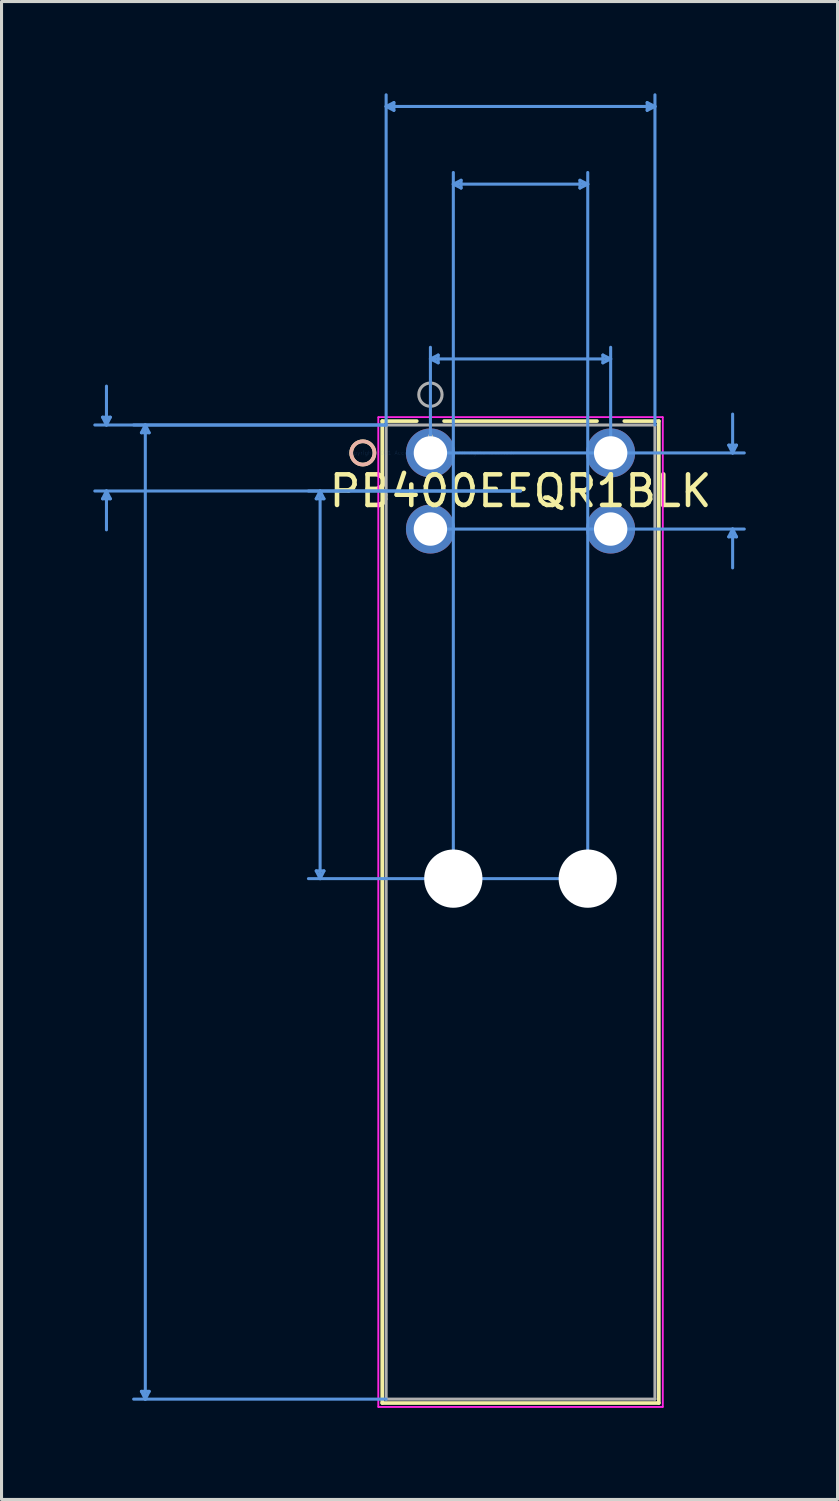
<source format=kicad_pcb>
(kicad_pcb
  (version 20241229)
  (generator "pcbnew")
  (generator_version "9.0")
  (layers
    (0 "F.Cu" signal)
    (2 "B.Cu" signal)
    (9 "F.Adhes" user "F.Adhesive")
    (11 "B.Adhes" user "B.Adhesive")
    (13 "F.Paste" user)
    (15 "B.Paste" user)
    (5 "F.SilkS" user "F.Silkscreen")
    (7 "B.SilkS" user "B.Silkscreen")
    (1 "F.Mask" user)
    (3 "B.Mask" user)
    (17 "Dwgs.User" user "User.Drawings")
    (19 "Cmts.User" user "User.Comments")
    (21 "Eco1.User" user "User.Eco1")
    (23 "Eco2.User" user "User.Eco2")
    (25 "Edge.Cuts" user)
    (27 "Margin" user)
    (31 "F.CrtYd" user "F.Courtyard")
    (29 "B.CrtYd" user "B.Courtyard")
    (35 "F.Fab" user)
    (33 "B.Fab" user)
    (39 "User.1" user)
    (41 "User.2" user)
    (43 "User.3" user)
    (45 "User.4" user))
  (footprint "PB400EEQR1BLK"
    (layer "F.Cu")
    (at 11.023 11.759)
    (property "Reference" "PB400EEQR1BLK" (at 2.946 1.245 0) (layer "F.SilkS") (effects (font (size 1 1) (thickness 0.15))))
    (attr through_hole)
    (fp_line (start -1.575 -1.041) (end -1.575 31.064) (stroke (width 0.12) (type solid)) (layer "F.SilkS"))
    (fp_line (start -1.575 31.064) (end 7.468 31.064) (stroke (width 0.12) (type solid)) (layer "F.SilkS"))
    (fp_line (start -0.446 -1.041) (end -1.575 -1.041) (stroke (width 0.12) (type solid)) (layer "F.SilkS"))
    (fp_line (start 5.447 -1.041) (end 0.446 -1.041) (stroke (width 0.12) (type solid)) (layer "F.SilkS"))
    (fp_line (start 7.468 -1.041) (end 6.339 -1.041) (stroke (width 0.12) (type solid)) (layer "F.SilkS"))
    (fp_line (start 7.468 31.064) (end 7.468 -1.041) (stroke (width 0.12) (type solid)) (layer "F.SilkS"))
    (fp_circle (center -2.21 0) (end -1.829 0) (stroke (width 0.12) (type solid)) (fill no) (layer "F.SilkS"))
    (fp_circle (center -2.21 0) (end -1.829 0) (stroke (width 0.12) (type solid)) (fill no) (layer "B.SilkS"))
    (fp_line (start -10.719 -1.168) (end -10.465 -1.168) (stroke (width 0.1) (type solid)) (layer "Cmts.User"))
    (fp_line (start -10.719 1.499) (end -10.465 1.499) (stroke (width 0.1) (type solid)) (layer "Cmts.User"))
    (fp_line (start -10.592 -0.914) (end -10.719 -1.168) (stroke (width 0.1) (type solid)) (layer "Cmts.User"))
    (fp_line (start -10.592 -0.914) (end -10.592 -2.184) (stroke (width 0.1) (type solid)) (layer "Cmts.User"))
    (fp_line (start -10.592 -0.914) (end -10.465 -1.168) (stroke (width 0.1) (type solid)) (layer "Cmts.User"))
    (fp_line (start -10.592 1.245) (end -10.719 1.499) (stroke (width 0.1) (type solid)) (layer "Cmts.User"))
    (fp_line (start -10.592 1.245) (end -10.592 2.515) (stroke (width 0.1) (type solid)) (layer "Cmts.User"))
    (fp_line (start -10.592 1.245) (end -10.465 1.499) (stroke (width 0.1) (type solid)) (layer "Cmts.User"))
    (fp_line (start -9.449 -0.66) (end -9.195 -0.66) (stroke (width 0.1) (type solid)) (layer "Cmts.User"))
    (fp_line (start -9.449 30.683) (end -9.195 30.683) (stroke (width 0.1) (type solid)) (layer "Cmts.User"))
    (fp_line (start -9.322 -0.914) (end -9.449 -0.66) (stroke (width 0.1) (type solid)) (layer "Cmts.User"))
    (fp_line (start -9.322 -0.914) (end -9.322 30.937) (stroke (width 0.1) (type solid)) (layer "Cmts.User"))
    (fp_line (start -9.322 -0.914) (end -9.195 -0.66) (stroke (width 0.1) (type solid)) (layer "Cmts.User"))
    (fp_line (start -9.322 30.937) (end -9.449 30.683) (stroke (width 0.1) (type solid)) (layer "Cmts.User"))
    (fp_line (start -9.322 30.937) (end -9.195 30.683) (stroke (width 0.1) (type solid)) (layer "Cmts.User"))
    (fp_line (start -3.734 1.499) (end -3.48 1.499) (stroke (width 0.1) (type solid)) (layer "Cmts.User"))
    (fp_line (start -3.734 13.665) (end -3.48 13.665) (stroke (width 0.1) (type solid)) (layer "Cmts.User"))
    (fp_line (start -3.607 1.245) (end -3.734 1.499) (stroke (width 0.1) (type solid)) (layer "Cmts.User"))
    (fp_line (start -3.607 1.245) (end -3.607 13.919) (stroke (width 0.1) (type solid)) (layer "Cmts.User"))
    (fp_line (start -3.607 1.245) (end -3.48 1.499) (stroke (width 0.1) (type solid)) (layer "Cmts.User"))
    (fp_line (start -3.607 13.919) (end -3.734 13.665) (stroke (width 0.1) (type solid)) (layer "Cmts.User"))
    (fp_line (start -3.607 13.919) (end -3.48 13.665) (stroke (width 0.1) (type solid)) (layer "Cmts.User"))
    (fp_line (start -1.448 -11.328) (end -1.194 -11.455) (stroke (width 0.1) (type solid)) (layer "Cmts.User"))
    (fp_line (start -1.448 -11.328) (end -1.194 -11.201) (stroke (width 0.1) (type solid)) (layer "Cmts.User"))
    (fp_line (start -1.448 -11.328) (end 7.341 -11.328) (stroke (width 0.1) (type solid)) (layer "Cmts.User"))
    (fp_line (start -1.448 -0.914) (end -10.973 -0.914) (stroke (width 0.1) (type solid)) (layer "Cmts.User"))
    (fp_line (start -1.448 -0.914) (end -9.703 -0.914) (stroke (width 0.1) (type solid)) (layer "Cmts.User"))
    (fp_line (start -1.448 -0.914) (end -1.448 -11.709) (stroke (width 0.1) (type solid)) (layer "Cmts.User"))
    (fp_line (start -1.448 30.937) (end -9.703 30.937) (stroke (width 0.1) (type solid)) (layer "Cmts.User"))
    (fp_line (start -1.194 -11.455) (end -1.194 -11.201) (stroke (width 0.1) (type solid)) (layer "Cmts.User"))
    (fp_line (start 0 -3.073) (end 0.254 -3.2) (stroke (width 0.1) (type solid)) (layer "Cmts.User"))
    (fp_line (start 0 -3.073) (end 0.254 -2.946) (stroke (width 0.1) (type solid)) (layer "Cmts.User"))
    (fp_line (start 0 -3.073) (end 5.893 -3.073) (stroke (width 0.1) (type solid)) (layer "Cmts.User"))
    (fp_line (start 0 0) (end 0 -3.454) (stroke (width 0.1) (type solid)) (layer "Cmts.User"))
    (fp_line (start 0 0) (end 10.262 0) (stroke (width 0.1) (type solid)) (layer "Cmts.User"))
    (fp_line (start 0 2.489) (end 10.262 2.489) (stroke (width 0.1) (type solid)) (layer "Cmts.User"))
    (fp_line (start 0.254 -3.2) (end 0.254 -2.946) (stroke (width 0.1) (type solid)) (layer "Cmts.User"))
    (fp_line (start 0.749 -8.788) (end 1.003 -8.915) (stroke (width 0.1) (type solid)) (layer "Cmts.User"))
    (fp_line (start 0.749 -8.788) (end 1.003 -8.661) (stroke (width 0.1) (type solid)) (layer "Cmts.User"))
    (fp_line (start 0.749 -8.788) (end 5.144 -8.788) (stroke (width 0.1) (type solid)) (layer "Cmts.User"))
    (fp_line (start 0.749 13.919) (end 0.749 -9.169) (stroke (width 0.1) (type solid)) (layer "Cmts.User"))
    (fp_line (start 1.003 -8.915) (end 1.003 -8.661) (stroke (width 0.1) (type solid)) (layer "Cmts.User"))
    (fp_line (start 2.946 1.245) (end -10.973 1.245) (stroke (width 0.1) (type solid)) (layer "Cmts.User"))
    (fp_line (start 2.946 1.245) (end -3.988 1.245) (stroke (width 0.1) (type solid)) (layer "Cmts.User"))
    (fp_line (start 4.889 -8.915) (end 4.889 -8.661) (stroke (width 0.1) (type solid)) (layer "Cmts.User"))
    (fp_line (start 5.144 -8.788) (end 4.889 -8.915) (stroke (width 0.1) (type solid)) (layer "Cmts.User"))
    (fp_line (start 5.144 -8.788) (end 4.889 -8.661) (stroke (width 0.1) (type solid)) (layer "Cmts.User"))
    (fp_line (start 5.144 13.919) (end -3.988 13.919) (stroke (width 0.1) (type solid)) (layer "Cmts.User"))
    (fp_line (start 5.144 13.919) (end 5.144 -9.169) (stroke (width 0.1) (type solid)) (layer "Cmts.User"))
    (fp_line (start 5.639 -3.2) (end 5.639 -2.946) (stroke (width 0.1) (type solid)) (layer "Cmts.User"))
    (fp_line (start 5.893 -3.073) (end 5.639 -3.2) (stroke (width 0.1) (type solid)) (layer "Cmts.User"))
    (fp_line (start 5.893 -3.073) (end 5.639 -2.946) (stroke (width 0.1) (type solid)) (layer "Cmts.User"))
    (fp_line (start 5.893 0) (end 5.893 -3.454) (stroke (width 0.1) (type solid)) (layer "Cmts.User"))
    (fp_line (start 7.087 -11.455) (end 7.087 -11.201) (stroke (width 0.1) (type solid)) (layer "Cmts.User"))
    (fp_line (start 7.341 -11.328) (end 7.087 -11.455) (stroke (width 0.1) (type solid)) (layer "Cmts.User"))
    (fp_line (start 7.341 -11.328) (end 7.087 -11.201) (stroke (width 0.1) (type solid)) (layer "Cmts.User"))
    (fp_line (start 7.341 -0.914) (end 7.341 -11.709) (stroke (width 0.1) (type solid)) (layer "Cmts.User"))
    (fp_line (start 9.754 -0.254) (end 10.008 -0.254) (stroke (width 0.1) (type solid)) (layer "Cmts.User"))
    (fp_line (start 9.754 2.743) (end 10.008 2.743) (stroke (width 0.1) (type solid)) (layer "Cmts.User"))
    (fp_line (start 9.881 0) (end 9.754 -0.254) (stroke (width 0.1) (type solid)) (layer "Cmts.User"))
    (fp_line (start 9.881 0) (end 9.881 -1.27) (stroke (width 0.1) (type solid)) (layer "Cmts.User"))
    (fp_line (start 9.881 0) (end 10.008 -0.254) (stroke (width 0.1) (type solid)) (layer "Cmts.User"))
    (fp_line (start 9.881 2.489) (end 9.754 2.743) (stroke (width 0.1) (type solid)) (layer "Cmts.User"))
    (fp_line (start 9.881 2.489) (end 9.881 3.759) (stroke (width 0.1) (type solid)) (layer "Cmts.User"))
    (fp_line (start 9.881 2.489) (end 10.008 2.743) (stroke (width 0.1) (type solid)) (layer "Cmts.User"))
    (fp_line (start -1.702 -1.168) (end -1.702 31.191) (stroke (width 0.05) (type solid)) (layer "F.CrtYd"))
    (fp_line (start -1.702 -1.168) (end -1.702 31.191) (stroke (width 0.05) (type solid)) (layer "F.CrtYd"))
    (fp_line (start -1.702 31.191) (end 7.595 31.191) (stroke (width 0.05) (type solid)) (layer "F.CrtYd"))
    (fp_line (start -1.702 31.191) (end 7.595 31.191) (stroke (width 0.05) (type solid)) (layer "F.CrtYd"))
    (fp_line (start 7.595 -1.168) (end -1.702 -1.168) (stroke (width 0.05) (type solid)) (layer "F.CrtYd"))
    (fp_line (start 7.595 -1.168) (end -1.702 -1.168) (stroke (width 0.05) (type solid)) (layer "F.CrtYd"))
    (fp_line (start 7.595 31.191) (end 7.595 -1.168) (stroke (width 0.05) (type solid)) (layer "F.CrtYd"))
    (fp_line (start 7.595 31.191) (end 7.595 -1.168) (stroke (width 0.05) (type solid)) (layer "F.CrtYd"))
    (fp_line (start -1.448 -0.914) (end -1.448 30.937) (stroke (width 0.1) (type solid)) (layer "F.Fab"))
    (fp_line (start -1.448 30.937) (end 7.341 30.937) (stroke (width 0.1) (type solid)) (layer "F.Fab"))
    (fp_line (start 7.341 -0.914) (end -1.448 -0.914) (stroke (width 0.1) (type solid)) (layer "F.Fab"))
    (fp_line (start 7.341 30.937) (end 7.341 -0.914) (stroke (width 0.1) (type solid)) (layer "F.Fab"))
    (fp_circle (center 0 -1.905) (end 0.381 -1.905) (stroke (width 0.1) (type solid)) (fill no) (layer "F.Fab"))
    (fp_text user "*" (at 0 0 0) (layer "F.SilkS") (effects (font (size 1 1) (thickness 0.15))))
    (fp_text user "Copyright 2021 Accelerated Designs. All rights reserved." (at 0 0 0) (layer "Cmts.User") (effects (font (size 0.127 0.127) (thickness 0.002))))
    (fp_text user "*" (at 0 0 0) (layer "F.Fab") (effects (font (size 1 1) (thickness 0.15))))
    (pad "" np_thru_hole circle (at 0.749 13.919) (size 1.905 1.905) (drill 1.905) (layers "*.Cu" "*.Mask"))
    (pad "" np_thru_hole circle (at 5.144 13.919) (size 1.905 1.905) (drill 1.905) (layers "*.Cu" "*.Mask"))
    (pad "1" thru_hole circle (at 0 0) (size 1.6 1.6) (drill 1.092) (layers "*.Cu" "*.Mask"))
    (pad "2" thru_hole circle (at 0 2.489) (size 1.6 1.6) (drill 1.092) (layers "*.Cu" "*.Mask"))
    (pad "3" thru_hole circle (at 5.893 0) (size 1.6 1.6) (drill 1.092) (layers "*.Cu" "*.Mask"))
    (pad "4" thru_hole circle (at 5.893 2.489) (size 1.6 1.6) (drill 1.092) (layers "*.Cu" "*.Mask")))
  (gr_rect
    (start -3 -3)
    (end 24.334 45.976)
    (stroke (width 0.1) (type default))
    (fill no)
    (layer "Edge.Cuts")))
</source>
